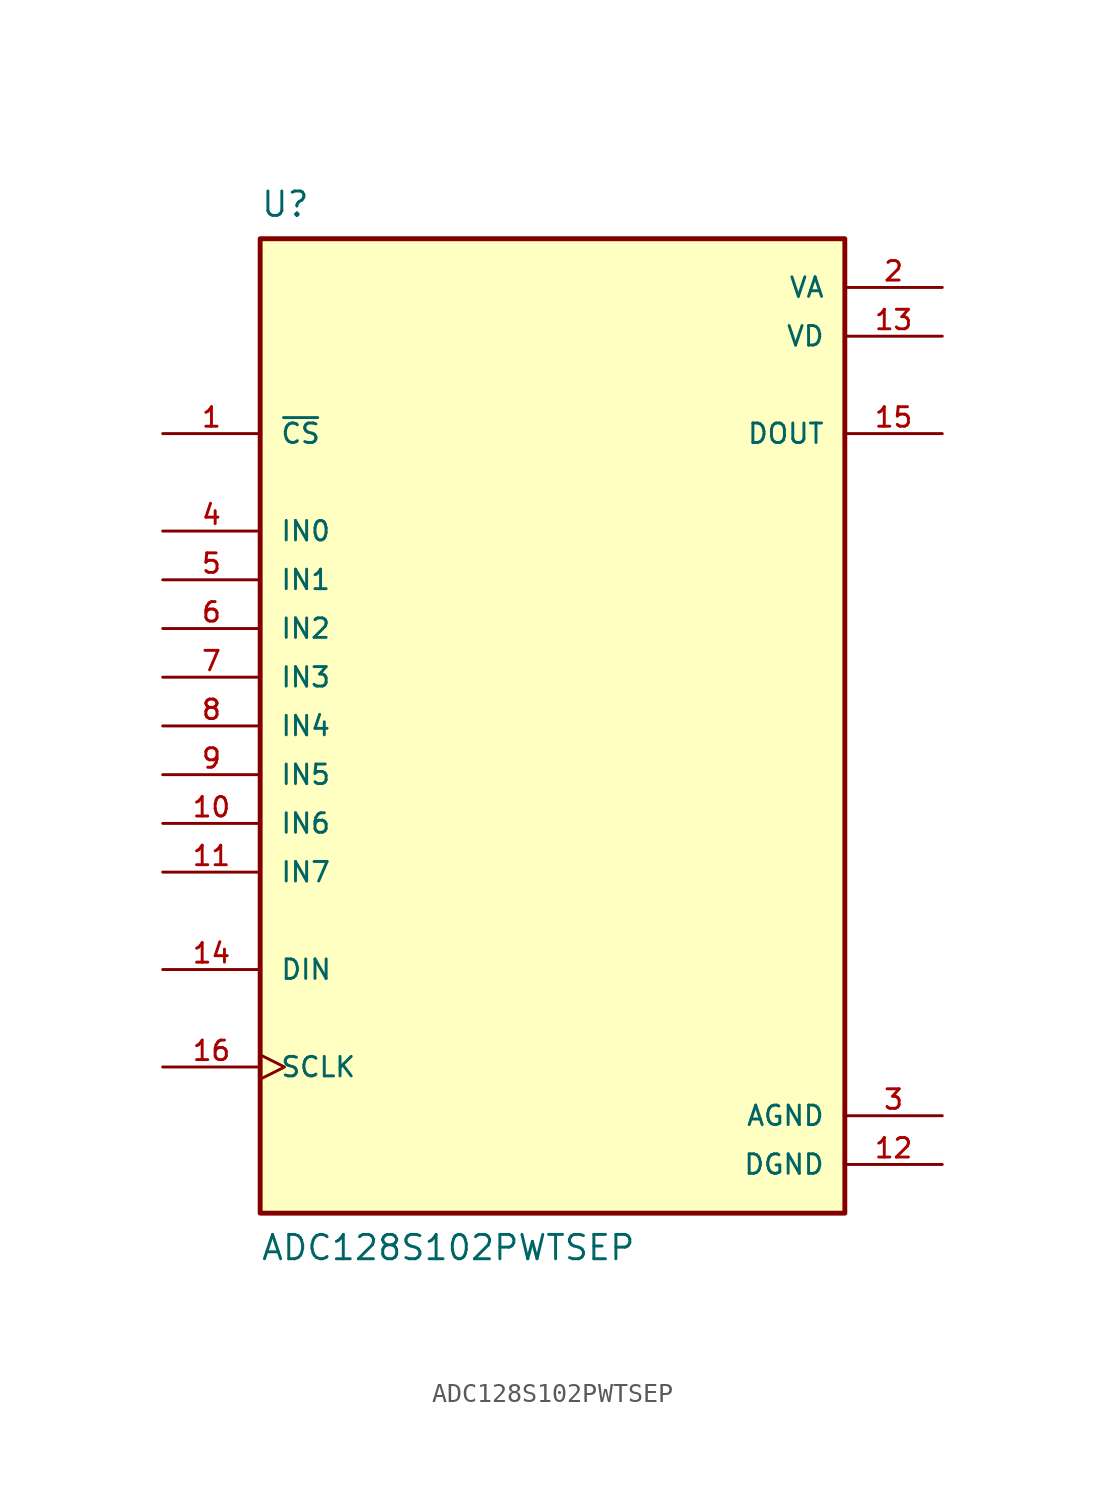
<source format=kicad_sym>
(kicad_symbol_lib
  (version 20211014)
  (generator kicad_symbol_editor)
  (symbol "ADC128S102PWTSEP"
    (pin_names
      (offset 1.016))
    (property "Reference" "U"
      (at -15.24 27.94 0)
      (effects (font (size 1.27 1.27)) (justify top left)))
    (property "Value" "ADC128S102PWTSEP"
      (at -15.24 -27.94 0)
      (effects (font (size 1.27 1.27)) (justify bottom left)))
    (symbol "ADC128S102PWTSEP_0_0"
      (rectangle (start -15.24 -25.4) (end 15.24 25.4) (stroke (width 0.254)) (fill (type background)))
      (pin input line (at -20.32 15.24 0) (length 5.08) (name "~{CS}" (effects (font (size 1.016 1.016)))) (number "1" (effects (font (size 1.016 1.016)))))
      (pin power_in line (at 20.32 22.86 180.0) (length 5.08) (name "VA" (effects (font (size 1.016 1.016)))) (number "2" (effects (font (size 1.016 1.016)))))
      (pin power_in line (at 20.32 -20.32 180.0) (length 5.08) (name "AGND" (effects (font (size 1.016 1.016)))) (number "3" (effects (font (size 1.016 1.016)))))
      (pin input line (at -20.32 10.16 0) (length 5.08) (name "IN0" (effects (font (size 1.016 1.016)))) (number "4" (effects (font (size 1.016 1.016)))))
      (pin input line (at -20.32 7.62 0) (length 5.08) (name "IN1" (effects (font (size 1.016 1.016)))) (number "5" (effects (font (size 1.016 1.016)))))
      (pin input line (at -20.32 5.08 0) (length 5.08) (name "IN2" (effects (font (size 1.016 1.016)))) (number "6" (effects (font (size 1.016 1.016)))))
      (pin input line (at -20.32 2.54 0) (length 5.08) (name "IN3" (effects (font (size 1.016 1.016)))) (number "7" (effects (font (size 1.016 1.016)))))
      (pin input line (at -20.32 0.0 0) (length 5.08) (name "IN4" (effects (font (size 1.016 1.016)))) (number "8" (effects (font (size 1.016 1.016)))))
      (pin input line (at -20.32 -2.54 0) (length 5.08) (name "IN5" (effects (font (size 1.016 1.016)))) (number "9" (effects (font (size 1.016 1.016)))))
      (pin input line (at -20.32 -5.08 0) (length 5.08) (name "IN6" (effects (font (size 1.016 1.016)))) (number "10" (effects (font (size 1.016 1.016)))))
      (pin input line (at -20.32 -7.62 0) (length 5.08) (name "IN7" (effects (font (size 1.016 1.016)))) (number "11" (effects (font (size 1.016 1.016)))))
      (pin power_in line (at 20.32 -22.86 180.0) (length 5.08) (name "DGND" (effects (font (size 1.016 1.016)))) (number "12" (effects (font (size 1.016 1.016)))))
      (pin power_in line (at 20.32 20.32 180.0) (length 5.08) (name "VD" (effects (font (size 1.016 1.016)))) (number "13" (effects (font (size 1.016 1.016)))))
      (pin input line (at -20.32 -12.7 0) (length 5.08) (name "DIN" (effects (font (size 1.016 1.016)))) (number "14" (effects (font (size 1.016 1.016)))))
      (pin output line (at 20.32 15.24 180.0) (length 5.08) (name "DOUT" (effects (font (size 1.016 1.016)))) (number "15" (effects (font (size 1.016 1.016)))))
      (pin input clock (at -20.32 -17.78 0) (length 5.08) (name "SCLK" (effects (font (size 1.016 1.016)))) (number "16" (effects (font (size 1.016 1.016))))))))
</source>
